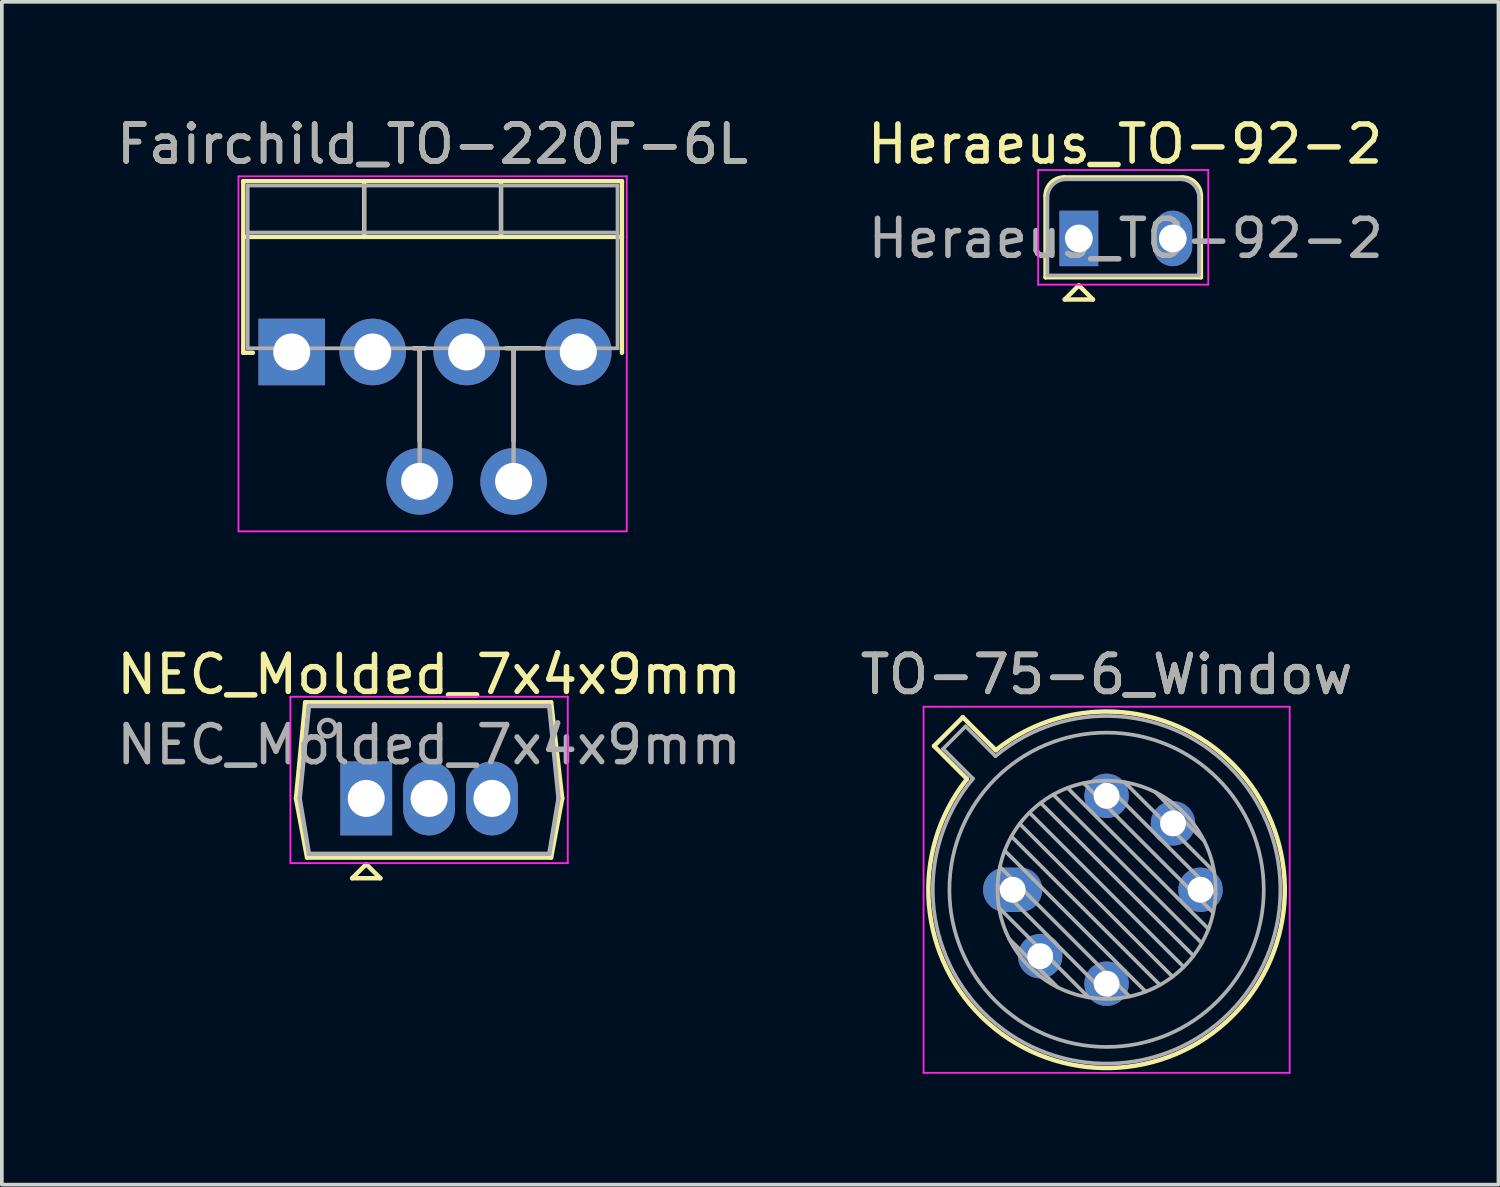
<source format=kicad_pcb>
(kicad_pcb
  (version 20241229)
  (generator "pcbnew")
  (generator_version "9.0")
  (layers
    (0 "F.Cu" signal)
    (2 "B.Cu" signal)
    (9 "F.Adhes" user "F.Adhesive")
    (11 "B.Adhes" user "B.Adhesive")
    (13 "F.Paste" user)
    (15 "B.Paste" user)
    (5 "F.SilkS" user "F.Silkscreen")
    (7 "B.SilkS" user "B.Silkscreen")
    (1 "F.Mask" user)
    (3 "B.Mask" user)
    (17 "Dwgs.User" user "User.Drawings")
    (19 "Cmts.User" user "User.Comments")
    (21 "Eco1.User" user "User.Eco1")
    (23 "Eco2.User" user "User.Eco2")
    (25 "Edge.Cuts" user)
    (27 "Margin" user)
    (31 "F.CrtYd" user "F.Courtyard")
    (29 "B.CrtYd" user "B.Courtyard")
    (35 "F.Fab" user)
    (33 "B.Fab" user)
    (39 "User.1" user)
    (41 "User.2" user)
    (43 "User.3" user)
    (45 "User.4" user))
  (footprint "NEC_Molded_7x4x9mm"
    (layer "F.Cu")
    (at 6.854 18.541)
    (property "Reference" "NEC_Molded_7x4x9mm" (at 1.7 -3.35 0) (layer "F.SilkS") (effects (font (size 1 1) (thickness 0.15))))
    (attr through_hole)
    (fp_line (start -1.9 0) (end -1.6 1.6) (stroke (width 0.12) (type solid)) (layer "F.SilkS"))
    (fp_line (start -1.65 -2.6) (end -1.9 0) (stroke (width 0.12) (type solid)) (layer "F.SilkS"))
    (fp_line (start -1.6 1.6) (end 5 1.6) (stroke (width 0.12) (type solid)) (layer "F.SilkS"))
    (fp_line (start -0.381 2.159) (end 0.381 2.159) (stroke (width 0.12) (type solid)) (layer "F.SilkS"))
    (fp_line (start 0 1.778) (end -0.381 2.159) (stroke (width 0.12) (type solid)) (layer "F.SilkS"))
    (fp_line (start 0.381 2.159) (end 0 1.778) (stroke (width 0.12) (type solid)) (layer "F.SilkS"))
    (fp_line (start 5 -2.6) (end -1.65 -2.6) (stroke (width 0.12) (type solid)) (layer "F.SilkS"))
    (fp_line (start 5 1.6) (end 5.3 0) (stroke (width 0.12) (type solid)) (layer "F.SilkS"))
    (fp_line (start 5.3 0) (end 5 -2.6) (stroke (width 0.12) (type solid)) (layer "F.SilkS"))
    (fp_line (start -2.05 -2.75) (end -2.05 1.75) (stroke (width 0.05) (type solid)) (layer "F.CrtYd"))
    (fp_line (start -2.05 1.75) (end 5.45 1.75) (stroke (width 0.05) (type solid)) (layer "F.CrtYd"))
    (fp_line (start 5.45 -2.75) (end -2.05 -2.75) (stroke (width 0.05) (type solid)) (layer "F.CrtYd"))
    (fp_line (start 5.45 1.75) (end 5.45 -2.75) (stroke (width 0.05) (type solid)) (layer "F.CrtYd"))
    (fp_line (start -1.8 0) (end -1.55 -2.5) (stroke (width 0.12) (type solid)) (layer "F.Fab"))
    (fp_line (start -1.55 1.5) (end -1.8 0) (stroke (width 0.12) (type solid)) (layer "F.Fab"))
    (fp_line (start -1.55 1.5) (end 4.95 1.5) (stroke (width 0.12) (type solid)) (layer "F.Fab"))
    (fp_line (start 4.95 -2.5) (end -1.55 -2.5) (stroke (width 0.12) (type solid)) (layer "F.Fab"))
    (fp_line (start 4.95 -2.5) (end 5.2 0) (stroke (width 0.12) (type solid)) (layer "F.Fab"))
    (fp_line (start 5.2 0) (end 4.95 1.5) (stroke (width 0.12) (type solid)) (layer "F.Fab"))
    (fp_circle (center -1.05 -1.9) (end -0.85 -1.8) (stroke (width 0.12) (type solid)) (fill no) (layer "F.Fab"))
    (fp_text user "${REFERENCE}" (at 1.7 -1.45 0) (layer "F.Fab") (effects (font (size 1 1) (thickness 0.15))))
    (pad "1" thru_hole rect (at 0 0 180) (size 1.4 2) (drill 1) (layers "*.Cu" "*.Mask"))
    (pad "2" thru_hole oval (at 1.7 0 180) (size 1.4 2) (drill 1) (layers "*.Cu" "*.Mask"))
    (pad "3" thru_hole oval (at 3.4 0 180) (size 1.4 2) (drill 1) (layers "*.Cu" "*.Mask")))
  (footprint "Heraeus_TO-92-2"
    (layer "F.Cu")
    (at 26.125 3.398)
    (property "Reference" "Heraeus_TO-92-2" (at 1.25 -2.55 0) (layer "F.SilkS") (effects (font (size 1 1) (thickness 0.15))))
    (attr through_hole)
    (fp_line (start -0.9 1.05) (end -0.9 -1.15) (stroke (width 0.12) (type solid)) (layer "F.SilkS"))
    (fp_line (start -0.4 -1.65) (end 2.8 -1.65) (stroke (width 0.12) (type solid)) (layer "F.SilkS"))
    (fp_line (start -0.381 1.651) (end 0.381 1.651) (stroke (width 0.12) (type solid)) (layer "F.SilkS"))
    (fp_line (start 0 1.27) (end -0.381 1.651) (stroke (width 0.12) (type solid)) (layer "F.SilkS"))
    (fp_line (start 0.381 1.651) (end 0 1.27) (stroke (width 0.12) (type solid)) (layer "F.SilkS"))
    (fp_line (start 3.3 -1.15) (end 3.3 1.05) (stroke (width 0.12) (type solid)) (layer "F.SilkS"))
    (fp_line (start 3.3 1.05) (end -0.9 1.05) (stroke (width 0.12) (type solid)) (layer "F.SilkS"))
    (fp_arc (start -0.9 -1.15) (mid -0.753553 -1.503553) (end -0.4 -1.65) (stroke (width 0.12) (type solid)) (layer "F.SilkS"))
    (fp_arc (start 2.8 -1.65) (mid 3.153553 -1.503553) (end 3.3 -1.15) (stroke (width 0.12) (type solid)) (layer "F.SilkS"))
    (fp_line (start -1.1 -1.85) (end -1.1 1.25) (stroke (width 0.05) (type solid)) (layer "F.CrtYd"))
    (fp_line (start -1.1 1.25) (end 3.5 1.25) (stroke (width 0.05) (type solid)) (layer "F.CrtYd"))
    (fp_line (start 3.5 -1.85) (end -1.1 -1.85) (stroke (width 0.05) (type solid)) (layer "F.CrtYd"))
    (fp_line (start 3.5 1.25) (end 3.5 -1.85) (stroke (width 0.05) (type solid)) (layer "F.CrtYd"))
    (fp_line (start -0.85 -1.1) (end -0.85 1) (stroke (width 0.1) (type solid)) (layer "F.Fab"))
    (fp_line (start -0.85 1) (end 3.25 1) (stroke (width 0.1) (type solid)) (layer "F.Fab"))
    (fp_line (start 2.7 -1.6) (end -0.35 -1.6) (stroke (width 0.1) (type solid)) (layer "F.Fab"))
    (fp_line (start 3.25 1) (end 3.25 -1.1) (stroke (width 0.1) (type solid)) (layer "F.Fab"))
    (fp_arc (start -0.85 -1.1) (mid -0.703553 -1.453553) (end -0.35 -1.6) (stroke (width 0.1) (type solid)) (layer "F.Fab"))
    (fp_arc (start 2.75 -1.6) (mid 3.103553 -1.453553) (end 3.25 -1.1) (stroke (width 0.1) (type solid)) (layer "F.Fab"))
    (fp_text user "${REFERENCE}" (at 1.27 0 0) (layer "F.Fab") (effects (font (size 1 1) (thickness 0.15))))
    (pad "1" thru_hole rect (at 0 0) (size 1.05 1.5) (drill 0.75) (layers "*.Cu" "*.Mask"))
    (pad "2" thru_hole oval (at 2.54 0) (size 1.05 1.5) (drill 0.75) (layers "*.Cu" "*.Mask")))
  (footprint "TO-75-6_Window"
    (layer "F.Cu")
    (at 24.335 21.012)
    (property "Reference" "TO-75-6_Window" (at 2.54 -5.82 0) (layer "F.SilkS") (effects (font (size 1 1) (thickness 0.15))))
    (attr through_hole)
    (fp_line (start -2.126 -3.888) (end -1.235 -2.997) (stroke (width 0.12) (type solid)) (layer "F.SilkS"))
    (fp_line (start -1.348 -4.666) (end -2.126 -3.888) (stroke (width 0.12) (type solid)) (layer "F.SilkS"))
    (fp_line (start -0.457 -3.775) (end -1.348 -4.666) (stroke (width 0.12) (type solid)) (layer "F.SilkS"))
    (fp_arc (start -0.457084 -3.774902) (mid 5.948125 3.408384) (end -1.234674 -2.997371) (stroke (width 0.12) (type solid)) (layer "F.SilkS"))
    (fp_line (start -2.41 -4.95) (end -2.41 4.95) (stroke (width 0.05) (type solid)) (layer "F.CrtYd"))
    (fp_line (start -2.41 4.95) (end 7.49 4.95) (stroke (width 0.05) (type solid)) (layer "F.CrtYd"))
    (fp_line (start 7.49 -4.95) (end -2.41 -4.95) (stroke (width 0.05) (type solid)) (layer "F.CrtYd"))
    (fp_line (start 7.49 4.95) (end 7.49 -4.95) (stroke (width 0.05) (type solid)) (layer "F.CrtYd"))
    (fp_line (start -1.88 -3.812) (end -1.074 -3.005) (stroke (width 0.1) (type solid)) (layer "F.Fab"))
    (fp_line (start -1.272 -4.42) (end -1.88 -3.812) (stroke (width 0.1) (type solid)) (layer "F.Fab"))
    (fp_line (start -0.465 -3.614) (end -1.272 -4.42) (stroke (width 0.1) (type solid)) (layer "F.Fab"))
    (fp_line (start -0.408 -0.12) (end 2.66 2.948) (stroke (width 0.1) (type solid)) (layer "F.Fab"))
    (fp_line (start -0.371 0.485) (end 2.055 2.911) (stroke (width 0.1) (type solid)) (layer "F.Fab"))
    (fp_line (start -0.344 -0.622) (end 3.162 2.884) (stroke (width 0.1) (type solid)) (layer "F.Fab"))
    (fp_line (start -0.215 -1.058) (end 3.598 2.755) (stroke (width 0.1) (type solid)) (layer "F.Fab"))
    (fp_line (start -0.097 1.324) (end 1.216 2.637) (stroke (width 0.1) (type solid)) (layer "F.Fab"))
    (fp_line (start -0.034 -1.443) (end 3.983 2.574) (stroke (width 0.1) (type solid)) (layer "F.Fab"))
    (fp_line (start 0.19 -1.784) (end 4.324 2.35) (stroke (width 0.1) (type solid)) (layer "F.Fab"))
    (fp_line (start 0.454 -2.086) (end 4.626 2.086) (stroke (width 0.1) (type solid)) (layer "F.Fab"))
    (fp_line (start 0.756 -2.35) (end 4.89 1.784) (stroke (width 0.1) (type solid)) (layer "F.Fab"))
    (fp_line (start 1.097 -2.574) (end 5.114 1.443) (stroke (width 0.1) (type solid)) (layer "F.Fab"))
    (fp_line (start 1.482 -2.755) (end 5.295 1.058) (stroke (width 0.1) (type solid)) (layer "F.Fab"))
    (fp_line (start 1.918 -2.884) (end 5.424 0.622) (stroke (width 0.1) (type solid)) (layer "F.Fab"))
    (fp_line (start 2.42 -2.948) (end 5.488 0.12) (stroke (width 0.1) (type solid)) (layer "F.Fab"))
    (fp_line (start 3.025 -2.911) (end 5.451 -0.485) (stroke (width 0.1) (type solid)) (layer "F.Fab"))
    (fp_line (start 3.864 -2.637) (end 5.177 -1.324) (stroke (width 0.1) (type solid)) (layer "F.Fab"))
    (fp_arc (start -0.465408 -3.61352) (mid 5.863443 3.323361) (end -1.073594 -3.005319) (stroke (width 0.1) (type solid)) (layer "F.Fab"))
    (fp_circle (center 2.54 0) (end 5.49 0) (stroke (width 0.1) (type solid)) (fill no) (layer "F.Fab"))
    (fp_circle (center 2.54 0) (end 6.79 0) (stroke (width 0.1) (type solid)) (fill no) (layer "F.Fab"))
    (fp_text user "${REFERENCE}" (at 2.54 -5.82 0) (layer "F.Fab") (effects (font (size 1 1) (thickness 0.15))))
    (pad "1" thru_hole oval (at 0 0) (size 1.6 1.2) (drill 0.7) (layers "*.Cu" "*.Mask"))
    (pad "2" thru_hole oval (at 0.744 1.796) (size 1.2 1.2) (drill 0.7) (layers "*.Cu" "*.Mask"))
    (pad "3" thru_hole oval (at 2.54 2.54) (size 1.2 1.2) (drill 0.7) (layers "*.Cu" "*.Mask"))
    (pad "4" thru_hole oval (at 5.08 0) (size 1.2 1.2) (drill 0.7) (layers "*.Cu" "*.Mask"))
    (pad "5" thru_hole oval (at 4.336 -1.796) (size 1.2 1.2) (drill 0.7) (layers "*.Cu" "*.Mask"))
    (pad "6" thru_hole oval (at 2.54 -2.54) (size 1.2 1.2) (drill 0.7) (layers "*.Cu" "*.Mask")))
  (footprint "Fairchild_TO-220F-6L"
    (layer "F.Cu")
    (at 4.839 6.468)
    (property "Reference" "Fairchild_TO-220F-6L" (at 3.81 -5.62 0) (layer "F.SilkS") (effects (font (size 1 1) (thickness 0.15))))
    (attr through_hole)
    (fp_line (start -1.31 -4.62) (end -1.31 0.021) (stroke (width 0.12) (type solid)) (layer "F.SilkS"))
    (fp_line (start -1.31 -4.62) (end 8.93 -4.62) (stroke (width 0.12) (type solid)) (layer "F.SilkS"))
    (fp_line (start -1.31 -3.111) (end 8.93 -3.111) (stroke (width 0.12) (type solid)) (layer "F.SilkS"))
    (fp_line (start -1.31 0.021) (end -1.05 0.021) (stroke (width 0.12) (type solid)) (layer "F.SilkS"))
    (fp_line (start 1.96 -4.62) (end 1.96 -3.111) (stroke (width 0.12) (type solid)) (layer "F.SilkS"))
    (fp_line (start 3.3 -0.1) (end 3.6 -0.1) (stroke (width 0.12) (type solid)) (layer "F.SilkS"))
    (fp_line (start 3.46 2.4) (end 3.46 -0.1) (stroke (width 0.12) (type solid)) (layer "F.SilkS"))
    (fp_line (start 5.66 -4.62) (end 5.66 -3.111) (stroke (width 0.12) (type solid)) (layer "F.SilkS"))
    (fp_line (start 5.8 -0.1) (end 6.7 -0.1) (stroke (width 0.12) (type solid)) (layer "F.SilkS"))
    (fp_line (start 6 -0.1) (end 6 2.4) (stroke (width 0.12) (type solid)) (layer "F.SilkS"))
    (fp_line (start 8.93 -4.62) (end 8.93 0.021) (stroke (width 0.12) (type solid)) (layer "F.SilkS"))
    (fp_line (start -1.44 -4.75) (end -1.44 4.85) (stroke (width 0.05) (type solid)) (layer "F.CrtYd"))
    (fp_line (start -1.44 4.85) (end 9.06 4.85) (stroke (width 0.05) (type solid)) (layer "F.CrtYd"))
    (fp_line (start 9.06 -4.75) (end -1.44 -4.75) (stroke (width 0.05) (type solid)) (layer "F.CrtYd"))
    (fp_line (start 9.06 4.85) (end 9.06 -4.75) (stroke (width 0.05) (type solid)) (layer "F.CrtYd"))
    (fp_line (start -1.19 -4.5) (end -1.19 -0.1) (stroke (width 0.1) (type solid)) (layer "F.Fab"))
    (fp_line (start -1.19 -3.23) (end 8.81 -3.23) (stroke (width 0.1) (type solid)) (layer "F.Fab"))
    (fp_line (start -1.19 -0.1) (end 8.81 -0.1) (stroke (width 0.1) (type solid)) (layer "F.Fab"))
    (fp_line (start 0 -0.1) (end 0 0) (stroke (width 0.1) (type solid)) (layer "F.Fab"))
    (fp_line (start 1.96 -4.5) (end 1.96 -3.23) (stroke (width 0.1) (type solid)) (layer "F.Fab"))
    (fp_line (start 3.46 3.5) (end 3.46 -0.1) (stroke (width 0.12) (type solid)) (layer "F.Fab"))
    (fp_line (start 5.66 -4.5) (end 5.66 -3.23) (stroke (width 0.1) (type solid)) (layer "F.Fab"))
    (fp_line (start 6 3.5) (end 6 -0.1) (stroke (width 0.12) (type solid)) (layer "F.Fab"))
    (fp_line (start 8.81 -4.5) (end -1.19 -4.5) (stroke (width 0.1) (type solid)) (layer "F.Fab"))
    (fp_line (start 8.81 -0.1) (end 8.81 -4.5) (stroke (width 0.1) (type solid)) (layer "F.Fab"))
    (fp_text user "${REFERENCE}" (at 3.81 -5.62 0) (layer "F.Fab") (effects (font (size 1 1) (thickness 0.15))))
    (pad "1" thru_hole rect (at 0 0) (size 1.8 1.8) (drill 1) (layers "*.Cu" "*.Mask"))
    (pad "2" thru_hole oval (at 2.19 0) (size 1.8 1.8) (drill 1) (layers "*.Cu" "*.Mask"))
    (pad "3" thru_hole oval (at 3.46 3.5) (size 1.8 1.8) (drill 1) (layers "*.Cu" "*.Mask"))
    (pad "4" thru_hole oval (at 4.73 0) (size 1.8 1.8) (drill 1) (layers "*.Cu" "*.Mask"))
    (pad "5" thru_hole oval (at 6 3.5) (size 1.8 1.8) (drill 1) (layers "*.Cu" "*.Mask"))
    (pad "6" thru_hole oval (at 7.75 0) (size 1.8 1.8) (drill 1) (layers "*.Cu" "*.Mask")))
  (gr_rect
    (start -3 -3)
    (end 37.472 28.986)
    (stroke (width 0.1) (type default))
    (fill no)
    (layer "Edge.Cuts")))
</source>
